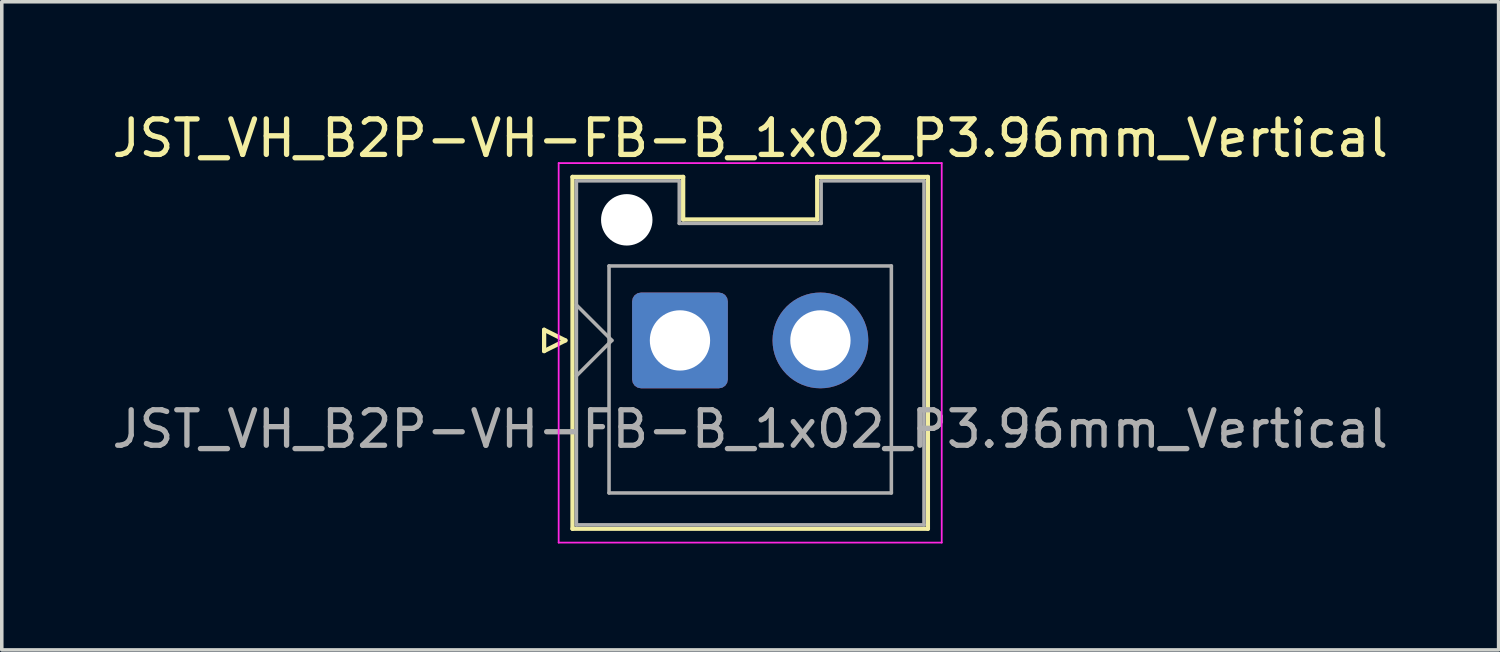
<source format=kicad_pcb>
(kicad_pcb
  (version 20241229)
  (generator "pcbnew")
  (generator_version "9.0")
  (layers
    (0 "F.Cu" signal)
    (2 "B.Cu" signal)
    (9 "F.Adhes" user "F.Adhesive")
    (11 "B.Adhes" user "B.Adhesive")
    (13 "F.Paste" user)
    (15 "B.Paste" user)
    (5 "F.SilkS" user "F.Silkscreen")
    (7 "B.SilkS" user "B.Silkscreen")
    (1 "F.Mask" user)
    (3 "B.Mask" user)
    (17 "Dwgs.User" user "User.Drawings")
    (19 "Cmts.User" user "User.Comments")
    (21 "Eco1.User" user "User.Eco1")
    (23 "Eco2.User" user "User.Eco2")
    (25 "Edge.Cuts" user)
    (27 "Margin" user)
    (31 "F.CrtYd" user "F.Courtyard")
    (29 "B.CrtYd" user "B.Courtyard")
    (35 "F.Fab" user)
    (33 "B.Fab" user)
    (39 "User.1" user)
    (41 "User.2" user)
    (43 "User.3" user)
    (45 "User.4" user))
  (footprint "JST_VH_B2P-VH-FB-B_1x02_P3.96mm_Vertical"
    (layer "F.Cu")
    (at 16.121 6.548)
    (property "Reference" "JST_VH_B2P-VH-FB-B_1x02_P3.96mm_Vertical" (at 1.98 -5.7 0) (layer "F.SilkS") (effects (font (size 1 1) (thickness 0.15))))
    (attr through_hole)
    (fp_line (start -3.83 -0.3) (end -3.23 0) (stroke (width 0.12) (type solid)) (layer "F.SilkS"))
    (fp_line (start -3.83 0.3) (end -3.83 -0.3) (stroke (width 0.12) (type solid)) (layer "F.SilkS"))
    (fp_line (start -3.23 0) (end -3.83 0.3) (stroke (width 0.12) (type solid)) (layer "F.SilkS"))
    (fp_line (start -3.03 -4.61) (end 0.09 -4.61) (stroke (width 0.12) (type solid)) (layer "F.SilkS"))
    (fp_line (start -3.03 5.31) (end -3.03 -4.61) (stroke (width 0.12) (type solid)) (layer "F.SilkS"))
    (fp_line (start 0.09 -4.61) (end 0.09 -3.41) (stroke (width 0.12) (type solid)) (layer "F.SilkS"))
    (fp_line (start 0.09 -3.41) (end 3.87 -3.41) (stroke (width 0.12) (type solid)) (layer "F.SilkS"))
    (fp_line (start 3.87 -4.61) (end 6.99 -4.61) (stroke (width 0.12) (type solid)) (layer "F.SilkS"))
    (fp_line (start 3.87 -3.41) (end 3.87 -4.61) (stroke (width 0.12) (type solid)) (layer "F.SilkS"))
    (fp_line (start 6.99 -4.61) (end 6.99 5.31) (stroke (width 0.12) (type solid)) (layer "F.SilkS"))
    (fp_line (start 6.99 5.31) (end -3.03 5.31) (stroke (width 0.12) (type solid)) (layer "F.SilkS"))
    (fp_line (start -3.42 -5) (end -3.42 5.7) (stroke (width 0.05) (type solid)) (layer "F.CrtYd"))
    (fp_line (start -3.42 5.7) (end 7.38 5.7) (stroke (width 0.05) (type solid)) (layer "F.CrtYd"))
    (fp_line (start 7.38 -5) (end -3.42 -5) (stroke (width 0.05) (type solid)) (layer "F.CrtYd"))
    (fp_line (start 7.38 5.7) (end 7.38 -5) (stroke (width 0.05) (type solid)) (layer "F.CrtYd"))
    (fp_line (start -2.92 -4.5) (end -0.02 -4.5) (stroke (width 0.1) (type solid)) (layer "F.Fab"))
    (fp_line (start -2.92 -1) (end -1.92 0) (stroke (width 0.1) (type solid)) (layer "F.Fab"))
    (fp_line (start -2.92 1) (end -1.92 0) (stroke (width 0.1) (type solid)) (layer "F.Fab"))
    (fp_line (start -2.92 5.2) (end -2.92 -4.5) (stroke (width 0.1) (type solid)) (layer "F.Fab"))
    (fp_line (start -2 -2.1) (end 5.96 -2.1) (stroke (width 0.1) (type solid)) (layer "F.Fab"))
    (fp_line (start -2 4.3) (end -2 -2.1) (stroke (width 0.1) (type solid)) (layer "F.Fab"))
    (fp_line (start -0.02 -4.5) (end -0.02 -3.3) (stroke (width 0.1) (type solid)) (layer "F.Fab"))
    (fp_line (start -0.02 -3.3) (end 3.98 -3.3) (stroke (width 0.1) (type solid)) (layer "F.Fab"))
    (fp_line (start 3.98 -4.5) (end 6.88 -4.5) (stroke (width 0.1) (type solid)) (layer "F.Fab"))
    (fp_line (start 3.98 -3.3) (end 3.98 -4.5) (stroke (width 0.1) (type solid)) (layer "F.Fab"))
    (fp_line (start 5.96 -2.1) (end 5.96 4.3) (stroke (width 0.1) (type solid)) (layer "F.Fab"))
    (fp_line (start 5.96 4.3) (end -2 4.3) (stroke (width 0.1) (type solid)) (layer "F.Fab"))
    (fp_line (start 6.88 -4.5) (end 6.88 5.2) (stroke (width 0.1) (type solid)) (layer "F.Fab"))
    (fp_line (start 6.88 5.2) (end -2.92 5.2) (stroke (width 0.1) (type solid)) (layer "F.Fab"))
    (fp_text user "${REFERENCE}" (at 1.98 2.5 0) (layer "F.Fab") (effects (font (size 1 1) (thickness 0.15))))
    (pad "" np_thru_hole circle (at -1.5 -3.4) (size 1.45 1.45) (drill 1.45) (layers "*.Cu" "*.Mask"))
    (pad "1" thru_hole roundrect (at 0 0) (size 2.7 2.7) (drill 1.7) (layers "*.Cu" "*.Mask") (roundrect_rratio 0.093))
    (pad "2" thru_hole circle (at 3.96 0) (size 2.7 2.7) (drill 1.7) (layers "*.Cu" "*.Mask")))
  (gr_rect
    (start -3 -3)
    (end 39.202 15.273)
    (stroke (width 0.1) (type default))
    (fill no)
    (layer "Edge.Cuts")))
</source>
